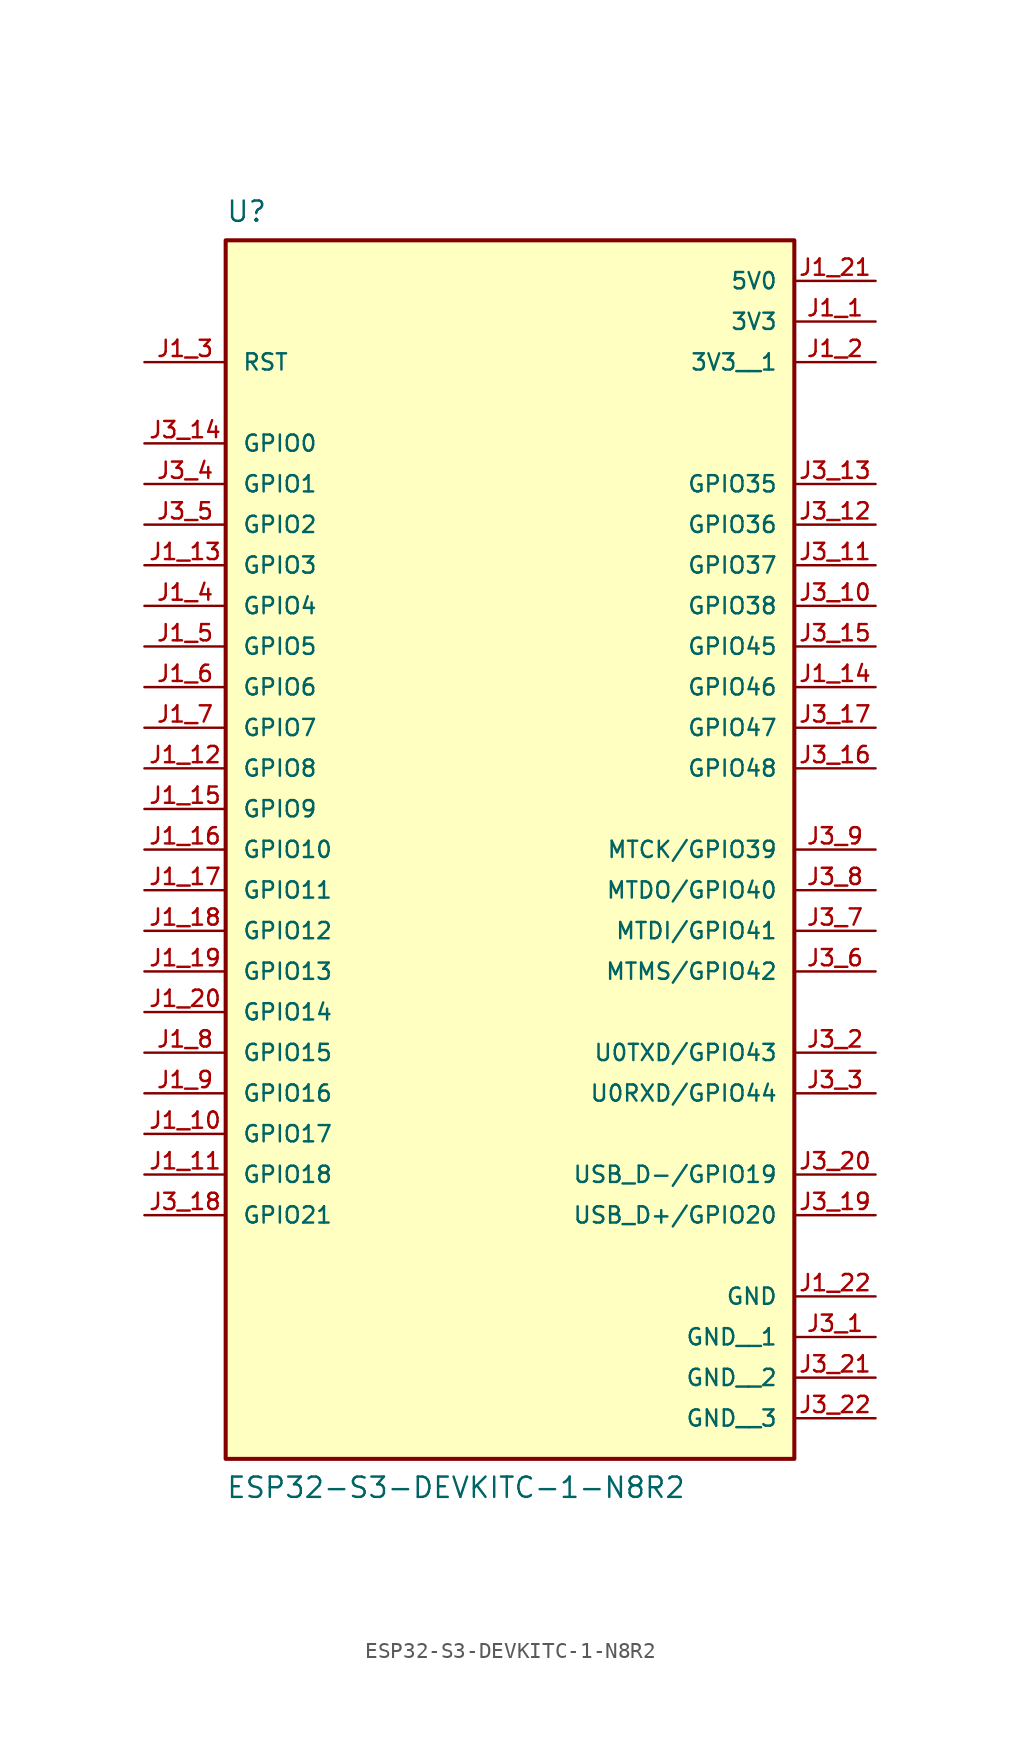
<source format=kicad_sym>
(kicad_symbol_lib
  (version 20211014)
  (generator kicad_symbol_editor)
  (symbol "ESP32-S3-DEVKITC-1-N8R2"
    (pin_names
      (offset 1.016))
    (property "Reference" "U"
      (at -17.78 35.56 0)
      (effects (font (size 1.27 1.27)) (justify top left)))
    (property "Value" "ESP32-S3-DEVKITC-1-N8R2"
      (at -17.78 -45.72 0)
      (effects (font (size 1.27 1.27)) (justify bottom left)))
    (symbol "ESP32-S3-DEVKITC-1-N8R2_0_0"
      (rectangle (start -17.78 -43.18) (end 17.78 33.02) (stroke (width 0.254)) (fill (type background)))
      (pin power_in line (at 22.86 27.94 180.0) (length 5.08) (name "3V3" (effects (font (size 1.016 1.016)))) (number "J1_1" (effects (font (size 1.016 1.016)))))
      (pin input line (at -22.86 25.4 0) (length 5.08) (name "RST" (effects (font (size 1.016 1.016)))) (number "J1_3" (effects (font (size 1.016 1.016)))))
      (pin bidirectional line (at -22.86 17.78 0) (length 5.08) (name "GPIO1" (effects (font (size 1.016 1.016)))) (number "J3_4" (effects (font (size 1.016 1.016)))))
      (pin bidirectional line (at -22.86 15.24 0) (length 5.08) (name "GPIO2" (effects (font (size 1.016 1.016)))) (number "J3_5" (effects (font (size 1.016 1.016)))))
      (pin bidirectional line (at -22.86 10.16 0) (length 5.08) (name "GPIO4" (effects (font (size 1.016 1.016)))) (number "J1_4" (effects (font (size 1.016 1.016)))))
      (pin bidirectional line (at -22.86 12.7 0) (length 5.08) (name "GPIO3" (effects (font (size 1.016 1.016)))) (number "J1_13" (effects (font (size 1.016 1.016)))))
      (pin bidirectional line (at -22.86 7.62 0) (length 5.08) (name "GPIO5" (effects (font (size 1.016 1.016)))) (number "J1_5" (effects (font (size 1.016 1.016)))))
      (pin bidirectional line (at -22.86 5.08 0) (length 5.08) (name "GPIO6" (effects (font (size 1.016 1.016)))) (number "J1_6" (effects (font (size 1.016 1.016)))))
      (pin bidirectional line (at -22.86 2.54 0) (length 5.08) (name "GPIO7" (effects (font (size 1.016 1.016)))) (number "J1_7" (effects (font (size 1.016 1.016)))))
      (pin bidirectional line (at -22.86 0.0 0) (length 5.08) (name "GPIO8" (effects (font (size 1.016 1.016)))) (number "J1_12" (effects (font (size 1.016 1.016)))))
      (pin bidirectional line (at -22.86 -2.54 0) (length 5.08) (name "GPIO9" (effects (font (size 1.016 1.016)))) (number "J1_15" (effects (font (size 1.016 1.016)))))
      (pin bidirectional line (at -22.86 -5.08 0) (length 5.08) (name "GPIO10" (effects (font (size 1.016 1.016)))) (number "J1_16" (effects (font (size 1.016 1.016)))))
      (pin bidirectional line (at -22.86 -7.62 0) (length 5.08) (name "GPIO11" (effects (font (size 1.016 1.016)))) (number "J1_17" (effects (font (size 1.016 1.016)))))
      (pin bidirectional line (at -22.86 -10.16 0) (length 5.08) (name "GPIO12" (effects (font (size 1.016 1.016)))) (number "J1_18" (effects (font (size 1.016 1.016)))))
      (pin bidirectional line (at -22.86 -12.7 0) (length 5.08) (name "GPIO13" (effects (font (size 1.016 1.016)))) (number "J1_19" (effects (font (size 1.016 1.016)))))
      (pin bidirectional line (at -22.86 -15.24 0) (length 5.08) (name "GPIO14" (effects (font (size 1.016 1.016)))) (number "J1_20" (effects (font (size 1.016 1.016)))))
      (pin bidirectional line (at -22.86 -17.78 0) (length 5.08) (name "GPIO15" (effects (font (size 1.016 1.016)))) (number "J1_8" (effects (font (size 1.016 1.016)))))
      (pin bidirectional line (at -22.86 -20.32 0) (length 5.08) (name "GPIO16" (effects (font (size 1.016 1.016)))) (number "J1_9" (effects (font (size 1.016 1.016)))))
      (pin bidirectional line (at -22.86 -22.86 0) (length 5.08) (name "GPIO17" (effects (font (size 1.016 1.016)))) (number "J1_10" (effects (font (size 1.016 1.016)))))
      (pin bidirectional line (at -22.86 -25.4 0) (length 5.08) (name "GPIO18" (effects (font (size 1.016 1.016)))) (number "J1_11" (effects (font (size 1.016 1.016)))))
      (pin bidirectional line (at -22.86 20.32 0) (length 5.08) (name "GPIO0" (effects (font (size 1.016 1.016)))) (number "J3_14" (effects (font (size 1.016 1.016)))))
      (pin power_in line (at 22.86 -33.02 180.0) (length 5.08) (name "GND" (effects (font (size 1.016 1.016)))) (number "J1_22" (effects (font (size 1.016 1.016)))))
      (pin power_in line (at 22.86 30.48 180.0) (length 5.08) (name "5V0" (effects (font (size 1.016 1.016)))) (number "J1_21" (effects (font (size 1.016 1.016)))))
      (pin bidirectional line (at 22.86 0.0 180.0) (length 5.08) (name "GPIO48" (effects (font (size 1.016 1.016)))) (number "J3_16" (effects (font (size 1.016 1.016)))))
      (pin bidirectional line (at 22.86 2.54 180.0) (length 5.08) (name "GPIO47" (effects (font (size 1.016 1.016)))) (number "J3_17" (effects (font (size 1.016 1.016)))))
      (pin bidirectional line (at 22.86 5.08 180.0) (length 5.08) (name "GPIO46" (effects (font (size 1.016 1.016)))) (number "J1_14" (effects (font (size 1.016 1.016)))))
      (pin bidirectional line (at 22.86 7.62 180.0) (length 5.08) (name "GPIO45" (effects (font (size 1.016 1.016)))) (number "J3_15" (effects (font (size 1.016 1.016)))))
      (pin bidirectional line (at -22.86 -27.94 0) (length 5.08) (name "GPIO21" (effects (font (size 1.016 1.016)))) (number "J3_18" (effects (font (size 1.016 1.016)))))
      (pin bidirectional line (at 22.86 -27.94 180.0) (length 5.08) (name "USB_D+/GPIO20" (effects (font (size 1.016 1.016)))) (number "J3_19" (effects (font (size 1.016 1.016)))))
      (pin bidirectional line (at 22.86 -25.4 180.0) (length 5.08) (name "USB_D-/GPIO19" (effects (font (size 1.016 1.016)))) (number "J3_20" (effects (font (size 1.016 1.016)))))
      (pin bidirectional line (at 22.86 -20.32 180.0) (length 5.08) (name "U0RXD/GPIO44" (effects (font (size 1.016 1.016)))) (number "J3_3" (effects (font (size 1.016 1.016)))))
      (pin bidirectional line (at 22.86 -17.78 180.0) (length 5.08) (name "U0TXD/GPIO43" (effects (font (size 1.016 1.016)))) (number "J3_2" (effects (font (size 1.016 1.016)))))
      (pin bidirectional line (at 22.86 -12.7 180.0) (length 5.08) (name "MTMS/GPIO42" (effects (font (size 1.016 1.016)))) (number "J3_6" (effects (font (size 1.016 1.016)))))
      (pin bidirectional line (at 22.86 -10.16 180.0) (length 5.08) (name "MTDI/GPIO41" (effects (font (size 1.016 1.016)))) (number "J3_7" (effects (font (size 1.016 1.016)))))
      (pin bidirectional line (at 22.86 -7.62 180.0) (length 5.08) (name "MTDO/GPIO40" (effects (font (size 1.016 1.016)))) (number "J3_8" (effects (font (size 1.016 1.016)))))
      (pin bidirectional line (at 22.86 -5.08 180.0) (length 5.08) (name "MTCK/GPIO39" (effects (font (size 1.016 1.016)))) (number "J3_9" (effects (font (size 1.016 1.016)))))
      (pin bidirectional line (at 22.86 10.16 180.0) (length 5.08) (name "GPIO38" (effects (font (size 1.016 1.016)))) (number "J3_10" (effects (font (size 1.016 1.016)))))
      (pin bidirectional line (at 22.86 12.7 180.0) (length 5.08) (name "GPIO37" (effects (font (size 1.016 1.016)))) (number "J3_11" (effects (font (size 1.016 1.016)))))
      (pin bidirectional line (at 22.86 15.24 180.0) (length 5.08) (name "GPIO36" (effects (font (size 1.016 1.016)))) (number "J3_12" (effects (font (size 1.016 1.016)))))
      (pin bidirectional line (at 22.86 17.78 180.0) (length 5.08) (name "GPIO35" (effects (font (size 1.016 1.016)))) (number "J3_13" (effects (font (size 1.016 1.016)))))
      (pin power_in line (at 22.86 25.4 180.0) (length 5.08) (name "3V3__1" (effects (font (size 1.016 1.016)))) (number "J1_2" (effects (font (size 1.016 1.016)))))
      (pin power_in line (at 22.86 -35.56 180.0) (length 5.08) (name "GND__1" (effects (font (size 1.016 1.016)))) (number "J3_1" (effects (font (size 1.016 1.016)))))
      (pin power_in line (at 22.86 -38.1 180.0) (length 5.08) (name "GND__2" (effects (font (size 1.016 1.016)))) (number "J3_21" (effects (font (size 1.016 1.016)))))
      (pin power_in line (at 22.86 -40.64 180.0) (length 5.08) (name "GND__3" (effects (font (size 1.016 1.016)))) (number "J3_22" (effects (font (size 1.016 1.016))))))))
</source>
